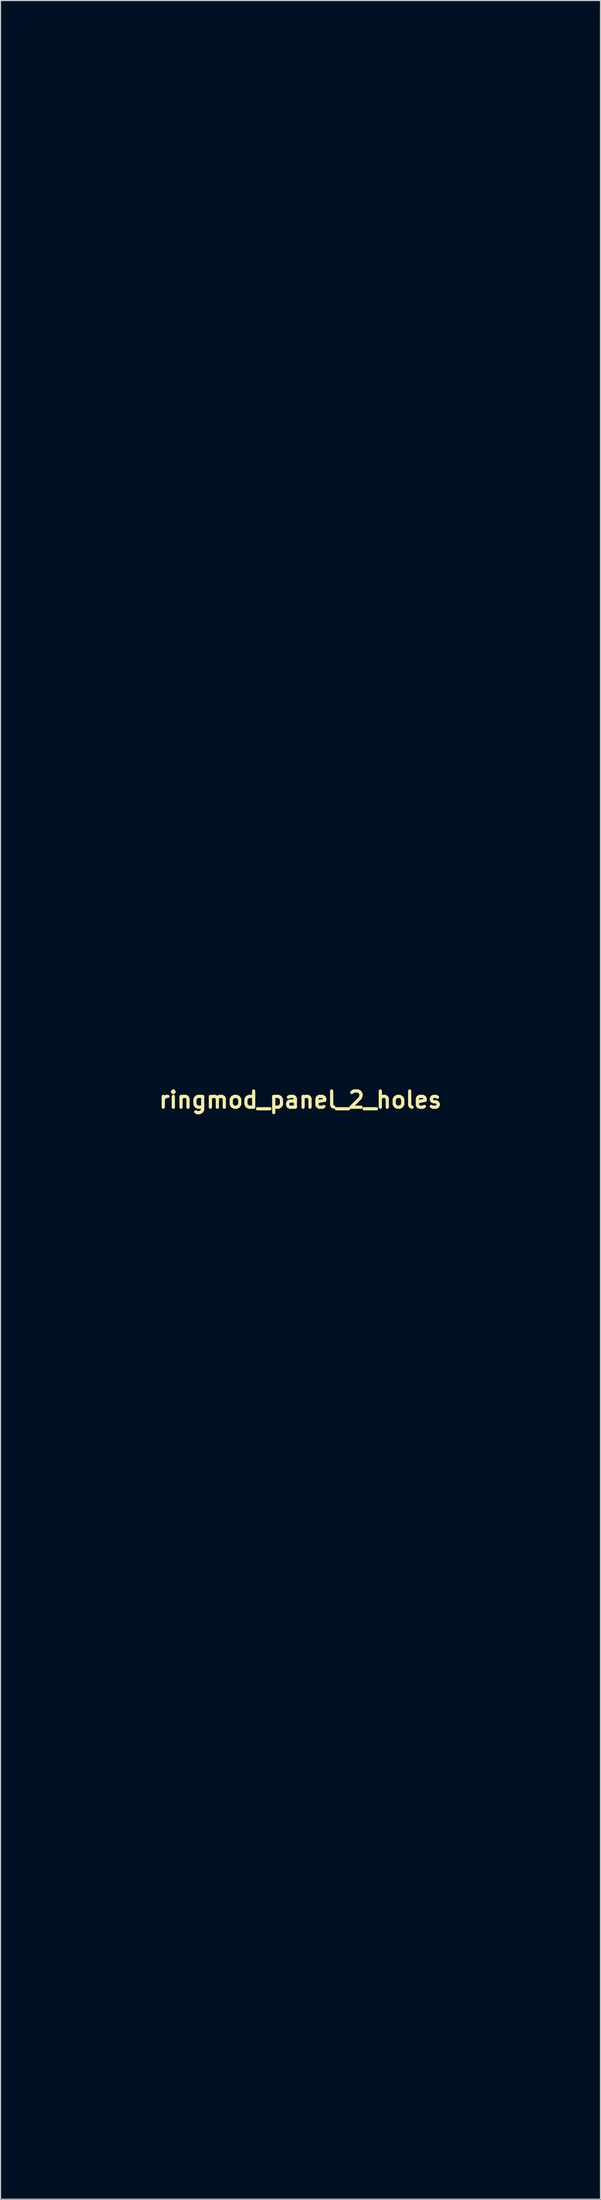
<source format=kicad_pcb>
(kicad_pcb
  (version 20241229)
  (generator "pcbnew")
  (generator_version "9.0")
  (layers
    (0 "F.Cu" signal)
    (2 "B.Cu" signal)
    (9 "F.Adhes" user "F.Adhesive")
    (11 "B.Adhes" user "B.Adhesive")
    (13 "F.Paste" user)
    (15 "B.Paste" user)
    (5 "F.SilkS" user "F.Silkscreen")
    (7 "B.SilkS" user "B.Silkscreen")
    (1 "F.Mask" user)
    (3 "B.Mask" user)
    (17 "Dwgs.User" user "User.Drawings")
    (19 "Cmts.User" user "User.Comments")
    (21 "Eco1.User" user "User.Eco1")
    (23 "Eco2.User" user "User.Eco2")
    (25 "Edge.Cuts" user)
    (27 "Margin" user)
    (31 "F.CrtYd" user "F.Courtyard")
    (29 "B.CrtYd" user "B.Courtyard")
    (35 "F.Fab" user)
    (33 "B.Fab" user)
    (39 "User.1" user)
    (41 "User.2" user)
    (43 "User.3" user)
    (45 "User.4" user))
  (footprint "ringmod_panel_2_holes"
    (layer "F.Cu")
    (at 25.171 100.177)
    (property "Reference" "ringmod_panel_2_holes" (at 0 0 0) (layer "F.SilkS") (effects (font (size 1.524 1.524) (thickness 0.3))))
    (attr board_only exclude_from_pos_files exclude_from_bom)
    (fp_poly (pts (xy 25.146 100.127) (xy -25.121 100.127) (xy -25.121 99.847) (xy -24.841 99.847) (xy 24.867 99.847) (xy 24.867 -99.847) (xy -24.841 -99.847) (xy -24.841 99.847) (xy -25.121 99.847) (xy -25.121 -100.127) (xy 25.146 -100.127)) (stroke (width 0.1) (type solid)) (fill no) (layer "Eco1.User"))
    (fp_poly (pts (xy -18.702 95.46) (xy -18.448 95.571) (xy -18.217 95.722) (xy -18.013 95.908) (xy -17.843 96.121) (xy -17.712 96.357) (xy -17.652 96.518) (xy -17.593 96.789) (xy -17.582 97.06) (xy -17.617 97.324) (xy -17.695 97.577) (xy -17.814 97.814) (xy -17.97 98.03) (xy -18.162 98.22) (xy -18.386 98.38) (xy -18.641 98.503) (xy -18.687 98.52) (xy -18.885 98.59) (xy -20.536 98.595) (xy -20.868 98.597) (xy -21.152 98.597) (xy -21.395 98.597) (xy -21.598 98.597) (xy -21.768 98.596) (xy -21.906 98.594) (xy -22.019 98.592) (xy -22.109 98.588) (xy -22.181 98.584) (xy -22.239 98.578) (xy -22.287 98.571) (xy -22.329 98.563) (xy -22.369 98.553) (xy -22.377 98.551) (xy -22.582 98.487) (xy -22.757 98.405) (xy -22.919 98.296) (xy -23.083 98.152) (xy -23.114 98.121) (xy -23.268 97.951) (xy -23.384 97.785) (xy -23.471 97.604) (xy -23.54 97.394) (xy -23.548 97.363) (xy -23.591 97.095) (xy -23.587 96.829) (xy -23.538 96.571) (xy -23.446 96.326) (xy -23.316 96.098) (xy -23.148 95.892) (xy -22.947 95.714) (xy -22.715 95.567) (xy -22.454 95.457) (xy -22.428 95.449) (xy -22.238 95.39) (xy -18.91 95.39)) (stroke (width 0.1) (type solid)) (fill no) (layer "Eco1.User"))
    (fp_poly (pts (xy -19.598 -98.6) (xy -19.426 -98.598) (xy -19.284 -98.597) (xy -19.169 -98.594) (xy -19.076 -98.59) (xy -19.002 -98.585) (xy -18.942 -98.579) (xy -18.893 -98.572) (xy -18.852 -98.564) (xy -18.587 -98.48) (xy -18.345 -98.355) (xy -18.129 -98.194) (xy -17.944 -98) (xy -17.794 -97.78) (xy -17.681 -97.538) (xy -17.609 -97.279) (xy -17.583 -97.008) (xy -17.587 -96.892) (xy -17.63 -96.614) (xy -17.719 -96.352) (xy -17.85 -96.111) (xy -18.02 -95.896) (xy -18.225 -95.712) (xy -18.462 -95.563) (xy -18.702 -95.461) (xy -18.91 -95.391) (xy -20.498 -95.386) (xy -20.781 -95.386) (xy -21.052 -95.386) (xy -21.307 -95.387) (xy -21.54 -95.388) (xy -21.746 -95.39) (xy -21.922 -95.392) (xy -22.061 -95.395) (xy -22.159 -95.398) (xy -22.213 -95.401) (xy -22.215 -95.402) (xy -22.484 -95.467) (xy -22.736 -95.576) (xy -22.966 -95.725) (xy -23.167 -95.909) (xy -23.334 -96.123) (xy -23.416 -96.269) (xy -23.522 -96.536) (xy -23.579 -96.806) (xy -23.59 -97.074) (xy -23.556 -97.336) (xy -23.48 -97.587) (xy -23.363 -97.822) (xy -23.207 -98.037) (xy -23.015 -98.226) (xy -22.787 -98.386) (xy -22.527 -98.512) (xy -22.479 -98.53) (xy -22.314 -98.589) (xy -20.676 -98.597) (xy -20.34 -98.599) (xy -20.051 -98.6) (xy -19.805 -98.6)) (stroke (width 0.1) (type solid)) (fill no) (layer "Eco1.User"))
    (fp_poly (pts (xy 21.601 -98.6) (xy 21.769 -98.599) (xy 21.906 -98.598) (xy 22.018 -98.595) (xy 22.108 -98.592) (xy 22.18 -98.587) (xy 22.238 -98.582) (xy 22.286 -98.575) (xy 22.33 -98.566) (xy 22.372 -98.556) (xy 22.383 -98.554) (xy 22.593 -98.49) (xy 22.772 -98.41) (xy 22.934 -98.304) (xy 23.097 -98.163) (xy 23.14 -98.121) (xy 23.291 -97.956) (xy 23.405 -97.795) (xy 23.49 -97.623) (xy 23.557 -97.422) (xy 23.572 -97.369) (xy 23.616 -97.096) (xy 23.61 -96.822) (xy 23.554 -96.549) (xy 23.447 -96.28) (xy 23.446 -96.279) (xy 23.301 -96.042) (xy 23.117 -95.833) (xy 22.898 -95.658) (xy 22.65 -95.521) (xy 22.495 -95.46) (xy 22.288 -95.391) (xy 20.701 -95.386) (xy 20.418 -95.386) (xy 20.146 -95.386) (xy 19.892 -95.387) (xy 19.659 -95.388) (xy 19.452 -95.39) (xy 19.277 -95.392) (xy 19.138 -95.395) (xy 19.039 -95.398) (xy 18.986 -95.401) (xy 18.983 -95.402) (xy 18.732 -95.463) (xy 18.485 -95.568) (xy 18.256 -95.708) (xy 18.058 -95.878) (xy 18.011 -95.928) (xy 17.897 -96.078) (xy 17.792 -96.258) (xy 17.705 -96.449) (xy 17.647 -96.631) (xy 17.64 -96.66) (xy 17.607 -96.937) (xy 17.622 -97.21) (xy 17.682 -97.472) (xy 17.784 -97.719) (xy 17.926 -97.947) (xy 18.105 -98.149) (xy 18.317 -98.322) (xy 18.56 -98.459) (xy 18.707 -98.519) (xy 18.91 -98.59) (xy 20.546 -98.597) (xy 20.876 -98.599) (xy 21.159 -98.6) (xy 21.399 -98.6)) (stroke (width 0.1) (type solid)) (fill no) (layer "Eco1.User"))
    (fp_poly (pts (xy 22.454 95.449) (xy 22.71 95.549) (xy 22.935 95.683) (xy 23.14 95.857) (xy 23.155 95.873) (xy 23.334 96.087) (xy 23.471 96.326) (xy 23.564 96.581) (xy 23.612 96.848) (xy 23.614 97.119) (xy 23.572 97.369) (xy 23.508 97.579) (xy 23.427 97.756) (xy 23.321 97.918) (xy 23.18 98.081) (xy 23.14 98.121) (xy 22.975 98.272) (xy 22.814 98.385) (xy 22.642 98.471) (xy 22.442 98.538) (xy 22.388 98.552) (xy 22.346 98.563) (xy 22.303 98.572) (xy 22.254 98.579) (xy 22.196 98.585) (xy 22.125 98.59) (xy 22.036 98.594) (xy 21.925 98.597) (xy 21.789 98.599) (xy 21.621 98.6) (xy 21.42 98.601) (xy 21.179 98.602) (xy 20.896 98.602) (xy 20.602 98.601) (xy 20.275 98.601) (xy 19.996 98.6) (xy 19.758 98.6) (xy 19.56 98.598) (xy 19.395 98.596) (xy 19.261 98.594) (xy 19.152 98.59) (xy 19.066 98.586) (xy 18.997 98.581) (xy 18.942 98.575) (xy 18.896 98.567) (xy 18.855 98.558) (xy 18.834 98.553) (xy 18.67 98.504) (xy 18.537 98.453) (xy 18.415 98.389) (xy 18.313 98.323) (xy 18.107 98.154) (xy 17.93 97.949) (xy 17.787 97.717) (xy 17.682 97.466) (xy 17.62 97.205) (xy 17.603 96.99) (xy 17.626 96.745) (xy 17.691 96.495) (xy 17.792 96.253) (xy 17.925 96.035) (xy 18.011 95.928) (xy 18.169 95.778) (xy 18.361 95.64) (xy 18.568 95.525) (xy 18.727 95.46) (xy 18.936 95.39) (xy 22.263 95.39)) (stroke (width 0.1) (type solid)) (fill no) (layer "Eco1.User"))
    (fp_poly (pts (xy 13.055 45.021) (xy 13.545 45.099) (xy 13.868 45.178) (xy 14.335 45.334) (xy 14.781 45.536) (xy 15.204 45.779) (xy 15.6 46.061) (xy 15.966 46.379) (xy 16.301 46.731) (xy 16.6 47.113) (xy 16.862 47.523) (xy 17.084 47.957) (xy 17.262 48.414) (xy 17.337 48.661) (xy 17.445 49.148) (xy 17.504 49.638) (xy 17.515 50.128) (xy 17.479 50.615) (xy 17.396 51.095) (xy 17.268 51.563) (xy 17.094 52.017) (xy 16.876 52.453) (xy 16.615 52.867) (xy 16.37 53.186) (xy 16.023 53.561) (xy 15.648 53.896) (xy 15.247 54.189) (xy 14.821 54.438) (xy 14.375 54.643) (xy 13.909 54.803) (xy 13.427 54.917) (xy 12.932 54.983) (xy 12.426 55.001) (xy 12.141 54.989) (xy 11.656 54.932) (xy 11.185 54.827) (xy 10.732 54.679) (xy 10.298 54.488) (xy 9.886 54.258) (xy 9.499 53.992) (xy 9.138 53.69) (xy 8.808 53.357) (xy 8.508 52.994) (xy 8.244 52.604) (xy 8.016 52.189) (xy 7.827 51.752) (xy 7.68 51.296) (xy 7.577 50.822) (xy 7.521 50.338) (xy 7.517 50.114) (xy 10.005 50.114) (xy 11.194 50.12) (xy 12.383 50.127) (xy 12.396 52.505) (xy 12.636 52.489) (xy 12.65 50.114) (xy 15.011 50.114) (xy 15.011 49.86) (xy 12.649 49.86) (xy 12.649 47.498) (xy 12.395 47.498) (xy 12.395 49.86) (xy 11.208 49.866) (xy 10.02 49.873) (xy 10.013 49.993) (xy 10.005 50.114) (xy 7.517 50.114) (xy 7.512 49.833) (xy 7.553 49.337) (xy 7.641 48.852) (xy 7.775 48.382) (xy 7.954 47.929) (xy 8.176 47.496) (xy 8.44 47.087) (xy 8.745 46.703) (xy 9.088 46.349) (xy 9.47 46.026) (xy 9.766 45.815) (xy 10.194 45.562) (xy 10.643 45.355) (xy 11.107 45.194) (xy 11.585 45.08) (xy 12.071 45.012) (xy 12.562 44.992)) (stroke (width 0.1) (type solid)) (fill no) (layer "Eco1.User"))
    (fp_poly (pts (xy 0.2 -73.491) (xy 0.411 -73.479) (xy 0.593 -73.457) (xy 0.644 -73.448) (xy 1.054 -73.342) (xy 1.44 -73.194) (xy 1.8 -73.008) (xy 2.131 -72.785) (xy 2.432 -72.529) (xy 2.701 -72.244) (xy 2.935 -71.932) (xy 3.133 -71.596) (xy 3.292 -71.24) (xy 3.411 -70.866) (xy 3.487 -70.478) (xy 3.519 -70.078) (xy 3.504 -69.67) (xy 3.442 -69.268) (xy 3.333 -68.869) (xy 3.179 -68.491) (xy 2.983 -68.136) (xy 2.75 -67.808) (xy 2.481 -67.509) (xy 2.18 -67.243) (xy 1.849 -67.012) (xy 1.493 -66.82) (xy 1.114 -66.668) (xy 0.715 -66.561) (xy 0.572 -66.535) (xy 0.416 -66.516) (xy 0.228 -66.505) (xy 0.024 -66.501) (xy -0.182 -66.504) (xy -0.372 -66.514) (xy -0.531 -66.53) (xy -0.559 -66.535) (xy -0.965 -66.628) (xy -1.351 -66.767) (xy -1.716 -66.948) (xy -2.055 -67.169) (xy -2.366 -67.425) (xy -2.645 -67.715) (xy -2.891 -68.036) (xy -3.099 -68.383) (xy -3.267 -68.756) (xy -3.392 -69.149) (xy -3.445 -69.393) (xy -3.471 -69.592) (xy -3.485 -69.822) (xy -3.486 -69.876) (xy -2.489 -69.876) (xy -1.302 -69.869) (xy -0.114 -69.863) (xy -0.108 -68.688) (xy -0.101 -67.513) (xy 0.126 -67.513) (xy 0.14 -69.863) (xy 1.327 -69.869) (xy 2.515 -69.876) (xy 2.515 -70.129) (xy 0.127 -70.129) (xy 0.127 -72.492) (xy -0.102 -72.492) (xy -0.102 -70.129) (xy -2.489 -70.129) (xy -2.489 -69.876) (xy -3.486 -69.876) (xy -3.488 -70.064) (xy -3.479 -70.301) (xy -3.458 -70.515) (xy -3.443 -70.612) (xy -3.34 -71.028) (xy -3.193 -71.419) (xy -3.002 -71.784) (xy -2.767 -72.127) (xy -2.486 -72.446) (xy -2.465 -72.467) (xy -2.149 -72.751) (xy -1.812 -72.988) (xy -1.451 -73.182) (xy -1.064 -73.333) (xy -0.649 -73.442) (xy -0.619 -73.448) (xy -0.45 -73.473) (xy -0.246 -73.488) (xy -0.025 -73.494)) (stroke (width 0.1) (type solid)) (fill no) (layer "Eco1.User"))
    (fp_poly (pts (xy 0.158 10.504) (xy 0.38 10.514) (xy 0.576 10.535) (xy 0.673 10.551) (xy 1.09 10.663) (xy 1.484 10.819) (xy 1.853 11.018) (xy 2.193 11.257) (xy 2.504 11.537) (xy 2.782 11.854) (xy 2.946 12.082) (xy 3.151 12.439) (xy 3.311 12.814) (xy 3.426 13.203) (xy 3.494 13.602) (xy 3.517 14.006) (xy 3.492 14.41) (xy 3.422 14.812) (xy 3.304 15.204) (xy 3.139 15.584) (xy 3.136 15.59) (xy 2.927 15.946) (xy 2.677 16.273) (xy 2.392 16.569) (xy 2.073 16.829) (xy 1.725 17.053) (xy 1.351 17.237) (xy 0.955 17.378) (xy 0.724 17.438) (xy 0.641 17.451) (xy 0.519 17.463) (xy 0.37 17.474) (xy 0.206 17.483) (xy 0.038 17.489) (xy -0.121 17.493) (xy -0.261 17.493) (xy -0.37 17.49) (xy -0.419 17.485) (xy -0.766 17.417) (xy -1.114 17.317) (xy -1.44 17.19) (xy -1.486 17.17) (xy -1.81 16.994) (xy -2.122 16.775) (xy -2.415 16.519) (xy -2.681 16.234) (xy -2.914 15.927) (xy -3.095 15.623) (xy -3.264 15.245) (xy -3.387 14.851) (xy -3.463 14.445) (xy -3.486 14.122) (xy -2.489 14.122) (xy -1.302 14.128) (xy -0.114 14.135) (xy -0.108 15.31) (xy -0.101 16.485) (xy 0.126 16.485) (xy 0.14 14.135) (xy 1.327 14.128) (xy 2.515 14.122) (xy 2.515 13.868) (xy 0.127 13.868) (xy 0.127 11.506) (xy -0.102 11.506) (xy -0.102 13.868) (xy -2.489 13.868) (xy -2.489 14.122) (xy -3.486 14.122) (xy -3.492 14.032) (xy -3.472 13.618) (xy -3.404 13.207) (xy -3.348 12.992) (xy -3.214 12.621) (xy -3.033 12.265) (xy -2.811 11.929) (xy -2.553 11.617) (xy -2.261 11.336) (xy -1.941 11.089) (xy -1.598 10.883) (xy -1.56 10.864) (xy -1.339 10.765) (xy -1.089 10.673) (xy -0.829 10.596) (xy -0.686 10.561) (xy -0.511 10.532) (xy -0.303 10.513) (xy -0.074 10.503)) (stroke (width 0.1) (type solid)) (fill no) (layer "Eco1.User"))
    (fp_poly (pts (xy 13.147 70.033) (xy 13.642 70.12) (xy 13.754 70.147) (xy 14.21 70.286) (xy 14.653 70.471) (xy 15.078 70.701) (xy 15.481 70.971) (xy 15.858 71.278) (xy 16.205 71.62) (xy 16.517 71.992) (xy 16.79 72.393) (xy 16.791 72.394) (xy 17.007 72.792) (xy 17.189 73.217) (xy 17.334 73.659) (xy 17.439 74.11) (xy 17.502 74.562) (xy 17.522 75.006) (xy 17.517 75.193) (xy 17.465 75.712) (xy 17.367 76.211) (xy 17.223 76.69) (xy 17.033 77.148) (xy 16.798 77.583) (xy 16.519 77.995) (xy 16.195 78.382) (xy 16.049 78.533) (xy 15.676 78.872) (xy 15.276 79.168) (xy 14.851 79.421) (xy 14.405 79.63) (xy 13.942 79.794) (xy 13.463 79.912) (xy 12.972 79.982) (xy 12.473 80.003) (xy 12.017 79.98) (xy 11.888 79.965) (xy 11.733 79.941) (xy 11.575 79.913) (xy 11.484 79.894) (xy 10.994 79.763) (xy 10.524 79.586) (xy 10.078 79.366) (xy 9.657 79.104) (xy 9.265 78.803) (xy 8.904 78.463) (xy 8.577 78.087) (xy 8.331 77.747) (xy 8.08 77.32) (xy 7.874 76.875) (xy 7.713 76.414) (xy 7.599 75.941) (xy 7.531 75.46) (xy 7.509 74.976) (xy 7.514 74.88) (xy 10.005 74.88) (xy 10.013 75) (xy 10.02 75.121) (xy 12.395 75.134) (xy 12.395 77.495) (xy 12.649 77.495) (xy 12.649 75.133) (xy 15.011 75.133) (xy 15.011 74.879) (xy 12.65 74.879) (xy 12.636 72.504) (xy 12.516 72.497) (xy 12.396 72.489) (xy 12.389 73.678) (xy 12.383 74.867) (xy 11.194 74.873) (xy 10.005 74.88) (xy 7.514 74.88) (xy 7.533 74.491) (xy 7.605 74.01) (xy 7.724 73.536) (xy 7.891 73.073) (xy 7.986 72.86) (xy 8.224 72.417) (xy 8.498 72.008) (xy 8.807 71.631) (xy 9.148 71.291) (xy 9.517 70.986) (xy 9.911 70.72) (xy 10.329 70.493) (xy 10.766 70.307) (xy 11.22 70.163) (xy 11.688 70.062) (xy 12.167 70.006) (xy 12.654 69.996)) (stroke (width 0.1) (type solid)) (fill no) (layer "Eco1.User"))
    (fp_poly (pts (xy 0.013 -31.482) (xy 0.249 -31.48) (xy 0.446 -31.471) (xy 0.617 -31.454) (xy 0.774 -31.427) (xy 0.93 -31.388) (xy 1.095 -31.335) (xy 1.283 -31.265) (xy 1.283 -31.265) (xy 1.659 -31.093) (xy 2.009 -30.879) (xy 2.329 -30.627) (xy 2.618 -30.34) (xy 2.872 -30.022) (xy 3.089 -29.676) (xy 3.265 -29.306) (xy 3.398 -28.916) (xy 3.469 -28.6) (xy 3.494 -28.407) (xy 3.509 -28.183) (xy 3.512 -27.947) (xy 3.504 -27.717) (xy 3.486 -27.509) (xy 3.472 -27.416) (xy 3.373 -27.005) (xy 3.231 -26.615) (xy 3.047 -26.248) (xy 2.824 -25.909) (xy 2.566 -25.598) (xy 2.275 -25.321) (xy 1.953 -25.078) (xy 1.603 -24.873) (xy 1.229 -24.709) (xy 0.832 -24.589) (xy 0.712 -24.562) (xy 0.525 -24.532) (xy 0.309 -24.51) (xy 0.082 -24.498) (xy -0.138 -24.496) (xy -0.334 -24.505) (xy -0.406 -24.512) (xy -0.813 -24.588) (xy -1.205 -24.71) (xy -1.578 -24.875) (xy -1.928 -25.082) (xy -2.253 -25.327) (xy -2.547 -25.607) (xy -2.809 -25.919) (xy -3.033 -26.261) (xy -3.216 -26.631) (xy -3.232 -26.67) (xy -3.367 -27.064) (xy -3.453 -27.464) (xy -3.491 -27.864) (xy -2.489 -27.864) (xy -0.102 -27.864) (xy -0.102 -25.502) (xy 0.127 -25.502) (xy 0.127 -27.864) (xy 2.515 -27.864) (xy 2.515 -28.117) (xy 0.14 -28.131) (xy 0.126 -30.48) (xy -0.101 -30.48) (xy -0.108 -29.305) (xy -0.114 -28.131) (xy -2.489 -28.117) (xy -2.489 -27.864) (xy -3.491 -27.864) (xy -3.491 -27.865) (xy -3.484 -28.265) (xy -3.43 -28.66) (xy -3.333 -29.044) (xy -3.193 -29.416) (xy -3.011 -29.77) (xy -2.789 -30.104) (xy -2.528 -30.413) (xy -2.228 -30.693) (xy -1.918 -30.924) (xy -1.667 -31.077) (xy -1.413 -31.203) (xy -1.143 -31.309) (xy -0.839 -31.4) (xy -0.8 -31.411) (xy -0.703 -31.435) (xy -0.621 -31.453) (xy -0.543 -31.466) (xy -0.458 -31.475) (xy -0.358 -31.48) (xy -0.231 -31.482) (xy -0.068 -31.483)) (stroke (width 0.1) (type solid)) (fill no) (layer "Eco1.User"))
    (fp_poly (pts (xy -11.941 70.025) (xy -11.462 70.1) (xy -10.993 70.22) (xy -10.54 70.385) (xy -10.351 70.47) (xy -9.968 70.67) (xy -9.619 70.894) (xy -9.289 71.149) (xy -8.967 71.446) (xy -8.952 71.461) (xy -8.608 71.84) (xy -8.309 72.242) (xy -8.055 72.667) (xy -7.847 73.115) (xy -7.683 73.587) (xy -7.565 74.081) (xy -7.531 74.283) (xy -7.509 74.484) (xy -7.495 74.719) (xy -7.49 74.972) (xy -7.493 75.226) (xy -7.506 75.466) (xy -7.526 75.675) (xy -7.531 75.705) (xy -7.628 76.201) (xy -7.773 76.679) (xy -7.963 77.137) (xy -8.196 77.572) (xy -8.472 77.982) (xy -8.787 78.364) (xy -9.141 78.715) (xy -9.532 79.033) (xy -9.779 79.204) (xy -10.198 79.446) (xy -10.642 79.647) (xy -11.106 79.805) (xy -11.583 79.917) (xy -12.067 79.984) (xy -12.554 80.003) (xy -12.954 79.982) (xy -13.446 79.911) (xy -13.919 79.795) (xy -14.371 79.635) (xy -14.801 79.436) (xy -15.206 79.199) (xy -15.584 78.927) (xy -15.934 78.622) (xy -16.254 78.288) (xy -16.542 77.926) (xy -16.795 77.54) (xy -17.013 77.131) (xy -17.192 76.703) (xy -17.332 76.258) (xy -17.43 75.798) (xy -17.484 75.327) (xy -17.488 75.133) (xy -14.986 75.133) (xy -12.624 75.133) (xy -12.624 77.495) (xy -12.37 77.495) (xy -12.37 75.133) (xy -10.008 75.133) (xy -10.008 74.88) (xy -11.182 74.873) (xy -12.357 74.867) (xy -12.364 73.678) (xy -12.37 72.489) (xy -12.491 72.497) (xy -12.611 72.504) (xy -12.618 73.692) (xy -12.624 74.879) (xy -14.986 74.879) (xy -14.986 75.133) (xy -17.488 75.133) (xy -17.493 74.846) (xy -17.454 74.358) (xy -17.396 74.004) (xy -17.274 73.525) (xy -17.106 73.063) (xy -16.894 72.623) (xy -16.641 72.206) (xy -16.349 71.816) (xy -16.021 71.455) (xy -15.658 71.127) (xy -15.264 70.834) (xy -14.84 70.578) (xy -14.389 70.364) (xy -14.31 70.331) (xy -13.858 70.179) (xy -13.389 70.072) (xy -12.91 70.011) (xy -12.426 69.995)) (stroke (width 0.1) (type solid)) (fill no) (layer "Eco1.User"))
    (fp_poly (pts (xy -11.966 45.021) (xy -11.488 45.096) (xy -11.018 45.216) (xy -10.563 45.379) (xy -10.128 45.584) (xy -9.78 45.789) (xy -9.369 46.086) (xy -8.993 46.418) (xy -8.653 46.782) (xy -8.353 47.177) (xy -8.094 47.598) (xy -8.013 47.752) (xy -7.817 48.191) (xy -7.669 48.633) (xy -7.566 49.086) (xy -7.506 49.556) (xy -7.49 50) (xy -7.514 50.512) (xy -7.586 51.008) (xy -7.706 51.487) (xy -7.873 51.947) (xy -8.086 52.387) (xy -8.346 52.808) (xy -8.652 53.206) (xy -8.952 53.532) (xy -9.329 53.874) (xy -9.731 54.172) (xy -10.156 54.426) (xy -10.602 54.635) (xy -11.065 54.798) (xy -11.545 54.914) (xy -12.037 54.982) (xy -12.54 55.001) (xy -12.84 54.989) (xy -13.334 54.931) (xy -13.815 54.824) (xy -14.28 54.671) (xy -14.727 54.473) (xy -15.152 54.233) (xy -15.553 53.952) (xy -15.926 53.631) (xy -16.269 53.274) (xy -16.579 52.881) (xy -16.78 52.575) (xy -17.005 52.159) (xy -17.189 51.717) (xy -17.331 51.256) (xy -17.43 50.782) (xy -17.484 50.3) (xy -17.487 50.114) (xy -14.986 50.114) (xy -12.624 50.114) (xy -12.624 51.291) (xy -12.623 51.531) (xy -12.622 51.755) (xy -12.621 51.958) (xy -12.619 52.136) (xy -12.616 52.282) (xy -12.613 52.393) (xy -12.61 52.462) (xy -12.607 52.485) (xy -12.573 52.495) (xy -12.508 52.501) (xy -12.48 52.502) (xy -12.37 52.502) (xy -12.364 51.314) (xy -12.357 50.127) (xy -10.008 50.114) (xy -10.008 49.86) (xy -12.37 49.86) (xy -12.37 47.498) (xy -12.624 47.498) (xy -12.624 49.86) (xy -14.986 49.86) (xy -14.986 50.114) (xy -17.487 50.114) (xy -17.492 49.818) (xy -17.453 49.342) (xy -17.436 49.222) (xy -17.332 48.731) (xy -17.183 48.26) (xy -16.991 47.81) (xy -16.758 47.385) (xy -16.486 46.986) (xy -16.178 46.617) (xy -15.836 46.278) (xy -15.463 45.973) (xy -15.06 45.705) (xy -14.63 45.475) (xy -14.176 45.285) (xy -13.699 45.139) (xy -13.399 45.073) (xy -12.927 45.008) (xy -12.448 44.991)) (stroke (width 0.1) (type solid)) (fill no) (layer "Eco1.User")))
  (gr_rect
    (start -3 -3)
    (end 53.367 203.354)
    (stroke (width 0.1) (type default))
    (fill no)
    (layer "Edge.Cuts")))
</source>
